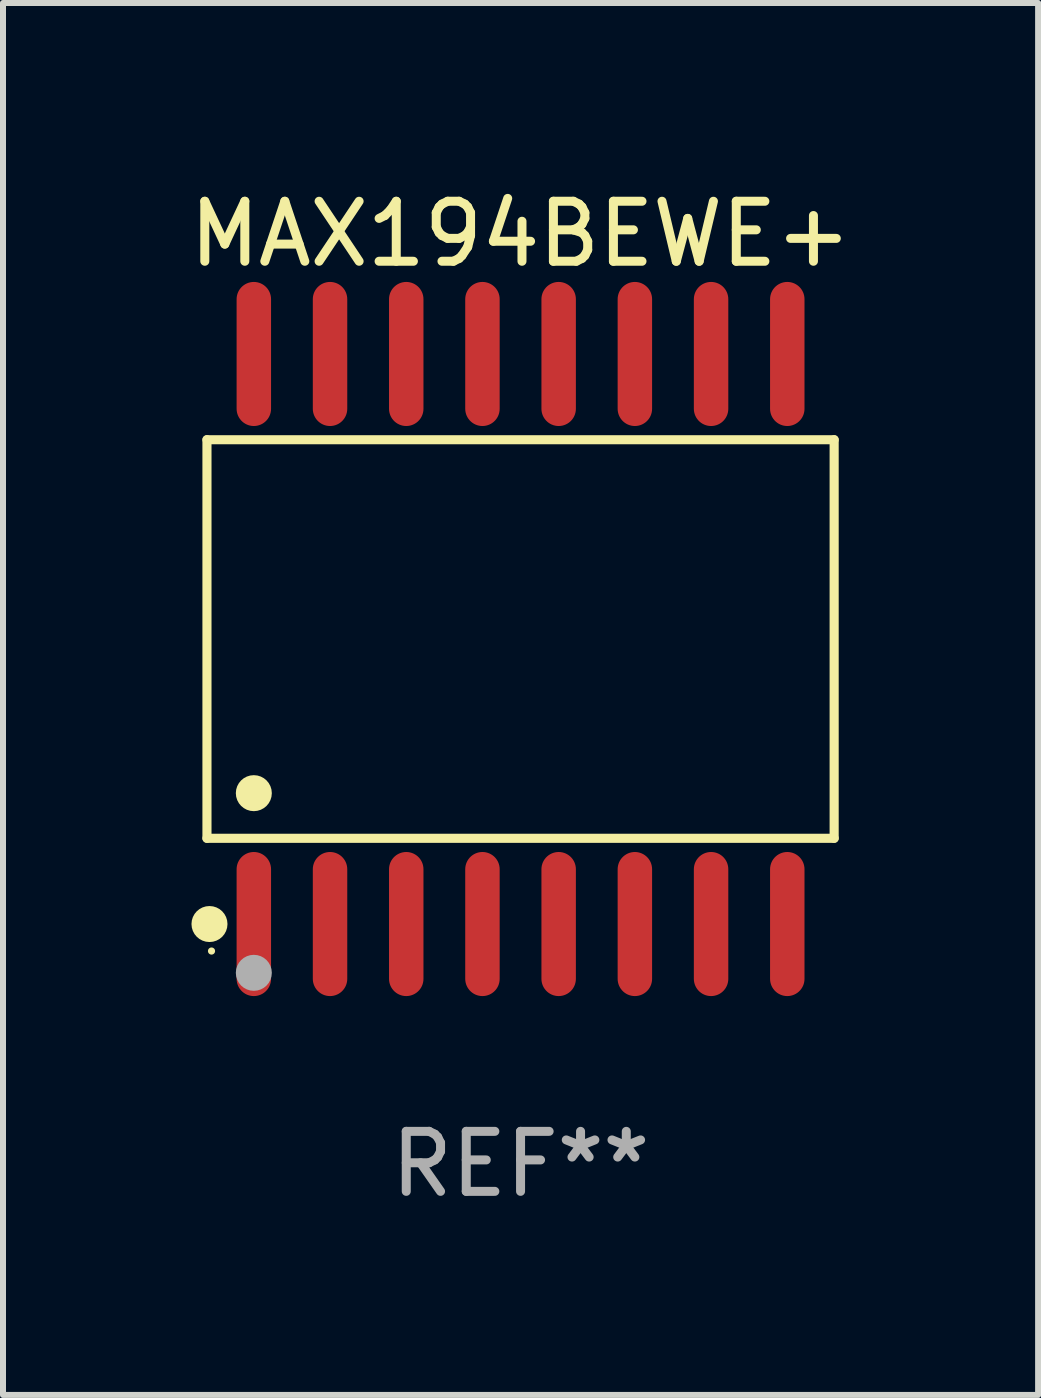
<source format=kicad_pcb>
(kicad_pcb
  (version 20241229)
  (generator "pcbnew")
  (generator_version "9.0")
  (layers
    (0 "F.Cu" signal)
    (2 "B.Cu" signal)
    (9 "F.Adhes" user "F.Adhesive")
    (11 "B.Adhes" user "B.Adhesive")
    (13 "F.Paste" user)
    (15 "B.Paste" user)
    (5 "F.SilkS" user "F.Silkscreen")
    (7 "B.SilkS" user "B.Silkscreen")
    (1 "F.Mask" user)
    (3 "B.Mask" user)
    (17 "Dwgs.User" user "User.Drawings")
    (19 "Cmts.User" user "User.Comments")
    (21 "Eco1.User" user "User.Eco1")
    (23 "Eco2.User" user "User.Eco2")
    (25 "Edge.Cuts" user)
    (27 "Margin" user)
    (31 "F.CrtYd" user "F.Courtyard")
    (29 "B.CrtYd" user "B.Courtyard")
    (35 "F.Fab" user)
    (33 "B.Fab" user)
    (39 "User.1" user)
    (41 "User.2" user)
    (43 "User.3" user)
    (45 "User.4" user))
  (footprint "MAX194BEWE+"
    (layer "F.Cu")
    (at 5.625 7.599)
    (property "Reference" "MAX194BEWE+" (at 0 -6.75 0) (layer "F.SilkS") (effects (font (size 1 1) (thickness 0.15))))
    (attr through_hole)
    (fp_line (start -5.226 -3.321) (end 5.226 -3.321) (stroke (width 0.152) (type solid)) (layer "F.SilkS"))
    (fp_line (start -5.226 3.321) (end -5.226 -3.321) (stroke (width 0.152) (type solid)) (layer "F.SilkS"))
    (fp_line (start 5.226 -3.321) (end 5.226 3.321) (stroke (width 0.152) (type solid)) (layer "F.SilkS"))
    (fp_line (start 5.226 3.321) (end -5.226 3.321) (stroke (width 0.152) (type solid)) (layer "F.SilkS"))
    (fp_circle (center -5.184 4.75) (end -5.034 4.75) (stroke (width 0.3) (type solid)) (fill no) (layer "F.SilkS"))
    (fp_circle (center -5.15 5.2) (end -5.12 5.2) (stroke (width 0.06) (type solid)) (fill no) (layer "F.SilkS"))
    (fp_circle (center -4.445 2.569) (end -4.295 2.569) (stroke (width 0.3) (type solid)) (fill no) (layer "F.SilkS"))
    (fp_circle (center -4.445 5.563) (end -4.295 5.563) (stroke (width 0.3) (type solid)) (fill no) (layer "F.Fab"))
    (fp_text user "REF**" (at 0 8.75 0) (layer "F.Fab") (effects (font (size 1 1) (thickness 0.15))))
    (pad "1" smd oval (at -4.445 4.75) (size 0.574 2.401) (layers "F.Cu" "F.Mask" "F.Paste"))
    (pad "2" smd oval (at -3.175 4.75) (size 0.574 2.401) (layers "F.Cu" "F.Mask" "F.Paste"))
    (pad "3" smd oval (at -1.905 4.75) (size 0.574 2.401) (layers "F.Cu" "F.Mask" "F.Paste"))
    (pad "4" smd oval (at -0.635 4.75) (size 0.574 2.401) (layers "F.Cu" "F.Mask" "F.Paste"))
    (pad "5" smd oval (at 0.635 4.75) (size 0.574 2.401) (layers "F.Cu" "F.Mask" "F.Paste"))
    (pad "6" smd oval (at 1.905 4.75) (size 0.574 2.401) (layers "F.Cu" "F.Mask" "F.Paste"))
    (pad "7" smd oval (at 3.175 4.75) (size 0.574 2.401) (layers "F.Cu" "F.Mask" "F.Paste"))
    (pad "8" smd oval (at 4.445 4.75) (size 0.574 2.401) (layers "F.Cu" "F.Mask" "F.Paste"))
    (pad "9" smd oval (at 4.445 -4.75) (size 0.574 2.401) (layers "F.Cu" "F.Mask" "F.Paste"))
    (pad "10" smd oval (at 3.175 -4.75) (size 0.574 2.401) (layers "F.Cu" "F.Mask" "F.Paste"))
    (pad "11" smd oval (at 1.905 -4.75) (size 0.574 2.401) (layers "F.Cu" "F.Mask" "F.Paste"))
    (pad "12" smd oval (at 0.635 -4.75) (size 0.574 2.401) (layers "F.Cu" "F.Mask" "F.Paste"))
    (pad "13" smd oval (at -0.635 -4.75) (size 0.574 2.401) (layers "F.Cu" "F.Mask" "F.Paste"))
    (pad "14" smd oval (at -1.905 -4.75) (size 0.574 2.401) (layers "F.Cu" "F.Mask" "F.Paste"))
    (pad "15" smd oval (at -3.175 -4.75) (size 0.574 2.401) (layers "F.Cu" "F.Mask" "F.Paste"))
    (pad "16" smd oval (at -4.445 -4.75) (size 0.574 2.401) (layers "F.Cu" "F.Mask" "F.Paste")))
  (gr_rect
    (start -3 -3)
    (end 14.25 20.197)
    (stroke (width 0.1) (type default))
    (fill no)
    (layer "Edge.Cuts")))
</source>
